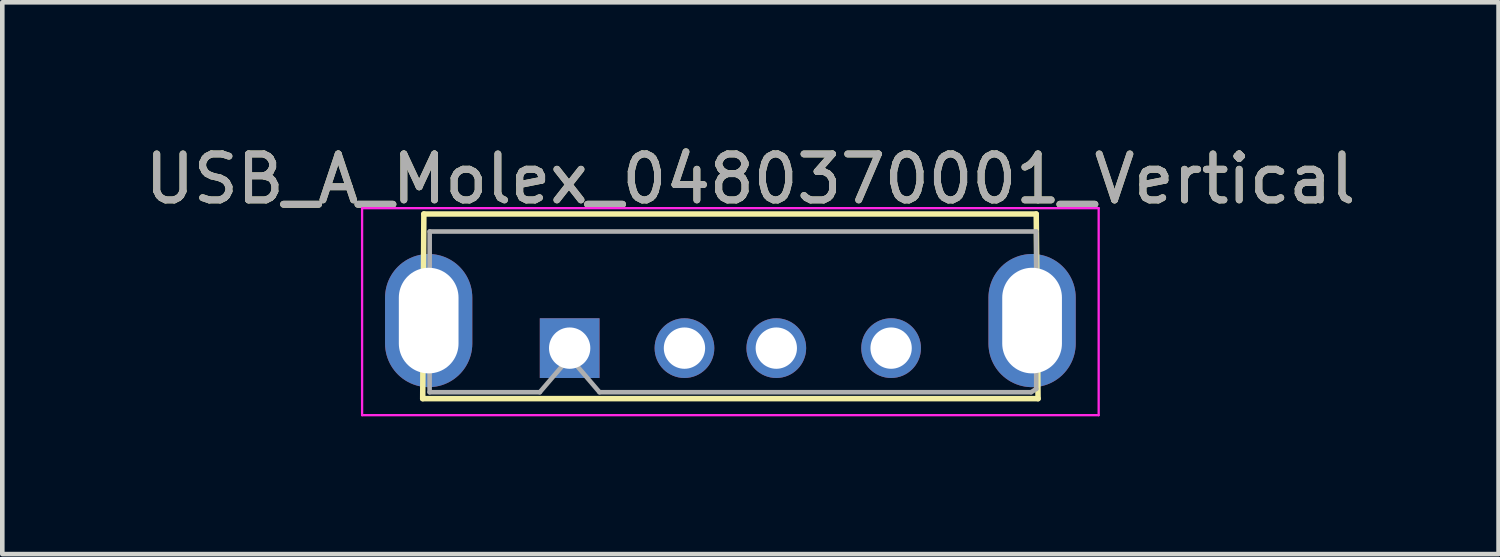
<source format=kicad_pcb>
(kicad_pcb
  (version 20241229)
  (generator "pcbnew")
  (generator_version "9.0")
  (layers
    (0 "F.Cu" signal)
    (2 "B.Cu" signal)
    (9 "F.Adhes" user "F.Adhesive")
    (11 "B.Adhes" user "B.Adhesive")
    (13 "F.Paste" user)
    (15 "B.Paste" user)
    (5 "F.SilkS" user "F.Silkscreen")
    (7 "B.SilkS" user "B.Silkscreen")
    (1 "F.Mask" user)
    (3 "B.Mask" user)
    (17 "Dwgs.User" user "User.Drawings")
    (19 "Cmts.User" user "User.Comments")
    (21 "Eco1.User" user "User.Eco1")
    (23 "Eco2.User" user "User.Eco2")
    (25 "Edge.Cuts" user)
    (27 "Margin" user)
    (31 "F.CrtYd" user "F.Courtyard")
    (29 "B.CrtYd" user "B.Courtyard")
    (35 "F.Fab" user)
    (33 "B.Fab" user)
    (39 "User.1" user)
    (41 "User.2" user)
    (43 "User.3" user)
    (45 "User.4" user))
  (footprint "USB_A_Molex_0480370001_Vertical"
    (layer "F.Cu")
    (at 9.355 4.531)
    (property "Reference" "USB_A_Molex_0480370001_Vertical" (at 3.937 -3.683 0) (layer "F.SilkS") (effects (font (size 1 1) (thickness 0.15))))
    (attr through_hole)
    (fp_line (start -3.2 1.1) (end -3.175 -2.921) (stroke (width 0.12) (type solid)) (layer "F.SilkS"))
    (fp_line (start -3.175 -2.921) (end 10.16 -2.921) (stroke (width 0.12) (type solid)) (layer "F.SilkS"))
    (fp_line (start 10.16 -2.921) (end 10.2 1.1) (stroke (width 0.12) (type solid)) (layer "F.SilkS"))
    (fp_line (start 10.2 1.1) (end -3.2 1.1) (stroke (width 0.12) (type solid)) (layer "F.SilkS"))
    (fp_line (start -4.52 -3.048) (end 11.52 -3.048) (stroke (width 0.05) (type solid)) (layer "F.CrtYd"))
    (fp_line (start -4.52 1.46) (end -4.52 -3.048) (stroke (width 0.05) (type solid)) (layer "F.CrtYd"))
    (fp_line (start 11.52 -3.048) (end 11.52 1.46) (stroke (width 0.05) (type solid)) (layer "F.CrtYd"))
    (fp_line (start 11.52 1.46) (end -4.52 1.46) (stroke (width 0.05) (type solid)) (layer "F.CrtYd"))
    (fp_line (start -3.05 0.96) (end -3.048 -2.54) (stroke (width 0.1) (type solid)) (layer "F.Fab"))
    (fp_line (start -3.048 -2.54) (end 10.16 -2.54) (stroke (width 0.1) (type solid)) (layer "F.Fab"))
    (fp_line (start -0.65 0.96) (end -3.05 0.96) (stroke (width 0.1) (type solid)) (layer "F.Fab"))
    (fp_line (start -0.65 0.96) (end 0 0.2) (stroke (width 0.1) (type solid)) (layer "F.Fab"))
    (fp_line (start 0 0.2) (end 0.65 0.96) (stroke (width 0.1) (type solid)) (layer "F.Fab"))
    (fp_line (start 10.05 0.96) (end 0.65 0.96) (stroke (width 0.1) (type solid)) (layer "F.Fab"))
    (fp_line (start 10.16 -2.54) (end 10.16 0.889) (stroke (width 0.1) (type solid)) (layer "F.Fab"))
    (fp_line (start 10.16 0.889) (end 10.05 0.96) (stroke (width 0.1) (type solid)) (layer "F.Fab"))
    (fp_text user "${REFERENCE}" (at 3.937 -3.683 0) (layer "F.Fab") (effects (font (size 1 1) (thickness 0.15))))
    (pad "1" thru_hole rect (at 0 0) (size 1.3 1.3) (drill 0.9) (layers "*.Cu" "*.Mask"))
    (pad "2" thru_hole circle (at 2.5 0) (size 1.3 1.3) (drill 0.9) (layers "*.Cu" "*.Mask"))
    (pad "3" thru_hole circle (at 4.5 0) (size 1.3 1.3) (drill 0.9) (layers "*.Cu" "*.Mask"))
    (pad "4" thru_hole circle (at 7 0) (size 1.3 1.3) (drill 0.9) (layers "*.Cu" "*.Mask"))
    (pad "5" thru_hole oval (at -3.07 -0.6 180) (size 1.9 2.9) (drill oval 1.3 2.3) (layers "*.Cu" "*.Mask"))
    (pad "5" thru_hole oval (at 10.07 -0.6) (size 1.9 2.9) (drill oval 1.3 2.3) (layers "*.Cu" "*.Mask")))
  (gr_rect
    (start -3 -3)
    (end 29.583 9.016)
    (stroke (width 0.1) (type default))
    (fill no)
    (layer "Edge.Cuts")))
</source>
